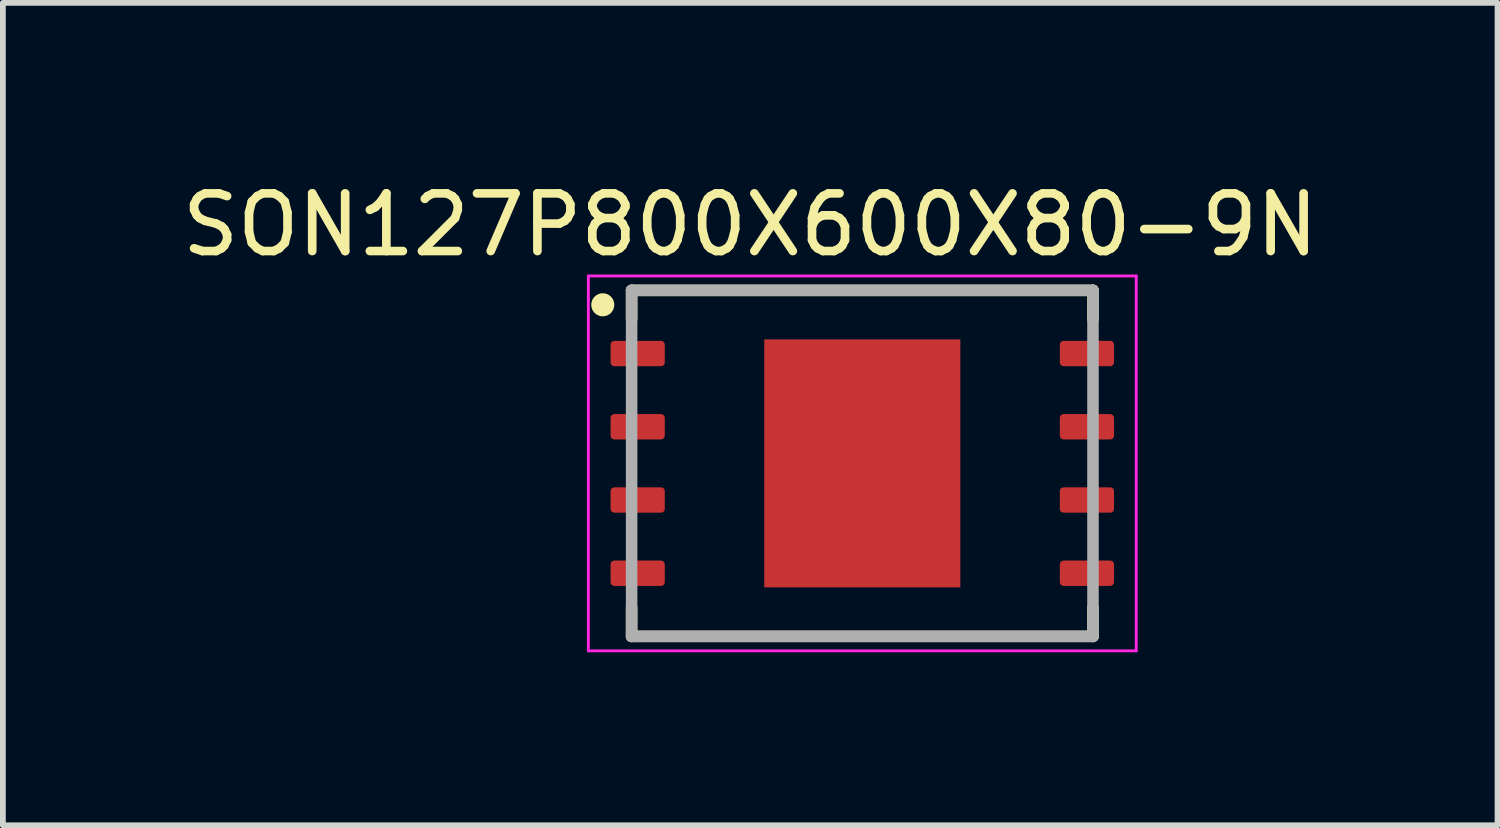
<source format=kicad_pcb>
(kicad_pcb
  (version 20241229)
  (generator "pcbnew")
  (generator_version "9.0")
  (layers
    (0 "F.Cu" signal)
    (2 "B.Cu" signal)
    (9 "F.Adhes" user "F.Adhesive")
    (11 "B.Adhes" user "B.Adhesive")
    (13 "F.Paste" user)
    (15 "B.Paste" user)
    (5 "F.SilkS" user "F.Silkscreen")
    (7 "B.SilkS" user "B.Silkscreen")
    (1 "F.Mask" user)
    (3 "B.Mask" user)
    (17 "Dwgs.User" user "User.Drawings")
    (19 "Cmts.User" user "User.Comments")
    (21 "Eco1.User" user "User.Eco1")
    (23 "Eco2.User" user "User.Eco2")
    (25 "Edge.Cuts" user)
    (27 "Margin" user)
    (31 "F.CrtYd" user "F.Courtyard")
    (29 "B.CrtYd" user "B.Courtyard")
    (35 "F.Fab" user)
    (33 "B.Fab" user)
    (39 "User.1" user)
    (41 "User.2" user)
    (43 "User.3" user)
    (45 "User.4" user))
  (footprint "SON127P800X600X80-9N"
    (layer "F.Cu")
    (at 11.902 4.985)
    (property "Reference" "SON127P800X600X80-9N" (at -1.943 -4.137 0) (layer "F.SilkS") (effects (font (size 1 1) (thickness 0.15))))
    (attr through_hole)
    (fp_line (start -4 -3) (end 4 -3) (stroke (width 0.2) (type solid)) (layer "F.SilkS"))
    (fp_line (start -4 -2.5) (end -4 -3) (stroke (width 0.2) (type solid)) (layer "F.SilkS"))
    (fp_line (start -4 2.5) (end -4 3) (stroke (width 0.2) (type solid)) (layer "F.SilkS"))
    (fp_line (start -4 3) (end 4 3) (stroke (width 0.2) (type solid)) (layer "F.SilkS"))
    (fp_line (start 4 -3) (end 4 -2.5) (stroke (width 0.2) (type solid)) (layer "F.SilkS"))
    (fp_line (start 4 3) (end 4 2.5) (stroke (width 0.2) (type solid)) (layer "F.SilkS"))
    (fp_circle (center -4.5 -2.75) (end -4.4 -2.75) (stroke (width 0.2) (type solid)) (fill no) (layer "F.SilkS"))
    (fp_poly (pts (xy -1.56 -1.56) (xy 0.04 -1.56) (xy 0.04 -0.41) (xy -1.56 -0.41)) (stroke (width 0.01) (type solid)) (fill yes) (layer "F.Paste"))
    (fp_poly (pts (xy -1.56 0.41) (xy 0.04 0.41) (xy 0.04 1.56) (xy -1.56 1.56)) (stroke (width 0.01) (type solid)) (fill yes) (layer "F.Paste"))
    (fp_poly (pts (xy -0.04 -1.56) (xy 1.56 -1.56) (xy 1.56 -0.41) (xy -0.04 -0.41)) (stroke (width 0.01) (type solid)) (fill yes) (layer "F.Paste"))
    (fp_poly (pts (xy -0.04 0.41) (xy 1.56 0.41) (xy 1.56 1.56) (xy -0.04 1.56)) (stroke (width 0.01) (type solid)) (fill yes) (layer "F.Paste"))
    (fp_line (start -4.75 -3.25) (end 4.75 -3.25) (stroke (width 0.05) (type solid)) (layer "F.CrtYd"))
    (fp_line (start -4.75 3.25) (end -4.75 -3.25) (stroke (width 0.05) (type solid)) (layer "F.CrtYd"))
    (fp_line (start 4.75 -3.25) (end 4.75 3.25) (stroke (width 0.05) (type solid)) (layer "F.CrtYd"))
    (fp_line (start 4.75 3.25) (end -4.75 3.25) (stroke (width 0.05) (type solid)) (layer "F.CrtYd"))
    (fp_line (start -4 -3) (end 4 -3) (stroke (width 0.2) (type solid)) (layer "F.Fab"))
    (fp_line (start -4 3) (end -4 -3) (stroke (width 0.2) (type solid)) (layer "F.Fab"))
    (fp_line (start 4 -3) (end 4 3) (stroke (width 0.2) (type solid)) (layer "F.Fab"))
    (fp_line (start 4 3) (end -4 3) (stroke (width 0.2) (type solid)) (layer "F.Fab"))
    (pad "1" smd roundrect (at -3.895 -1.905) (size 0.94 0.44) (layers "F.Cu" "F.Mask" "F.Paste") (roundrect_rratio 0.15))
    (pad "2" smd roundrect (at -3.895 -0.635) (size 0.94 0.44) (layers "F.Cu" "F.Mask" "F.Paste") (roundrect_rratio 0.15))
    (pad "3" smd roundrect (at -3.895 0.635) (size 0.94 0.44) (layers "F.Cu" "F.Mask" "F.Paste") (roundrect_rratio 0.15))
    (pad "4" smd roundrect (at -3.895 1.905) (size 0.94 0.44) (layers "F.Cu" "F.Mask" "F.Paste") (roundrect_rratio 0.15))
    (pad "5" smd roundrect (at 3.895 1.905) (size 0.94 0.44) (layers "F.Cu" "F.Mask" "F.Paste") (roundrect_rratio 0.15))
    (pad "6" smd roundrect (at 3.895 0.635) (size 0.94 0.44) (layers "F.Cu" "F.Mask" "F.Paste") (roundrect_rratio 0.15))
    (pad "7" smd roundrect (at 3.895 -0.635) (size 0.94 0.44) (layers "F.Cu" "F.Mask" "F.Paste") (roundrect_rratio 0.15))
    (pad "8" smd roundrect (at 3.895 -1.905) (size 0.94 0.44) (layers "F.Cu" "F.Mask" "F.Paste") (roundrect_rratio 0.15))
    (pad "9" smd rect (at 0 0) (size 3.4 4.3) (layers "F.Cu" "F.Mask")))
  (gr_rect
    (start -3 -3)
    (end 22.917 11.26)
    (stroke (width 0.1) (type default))
    (fill no)
    (layer "Edge.Cuts")))
</source>
